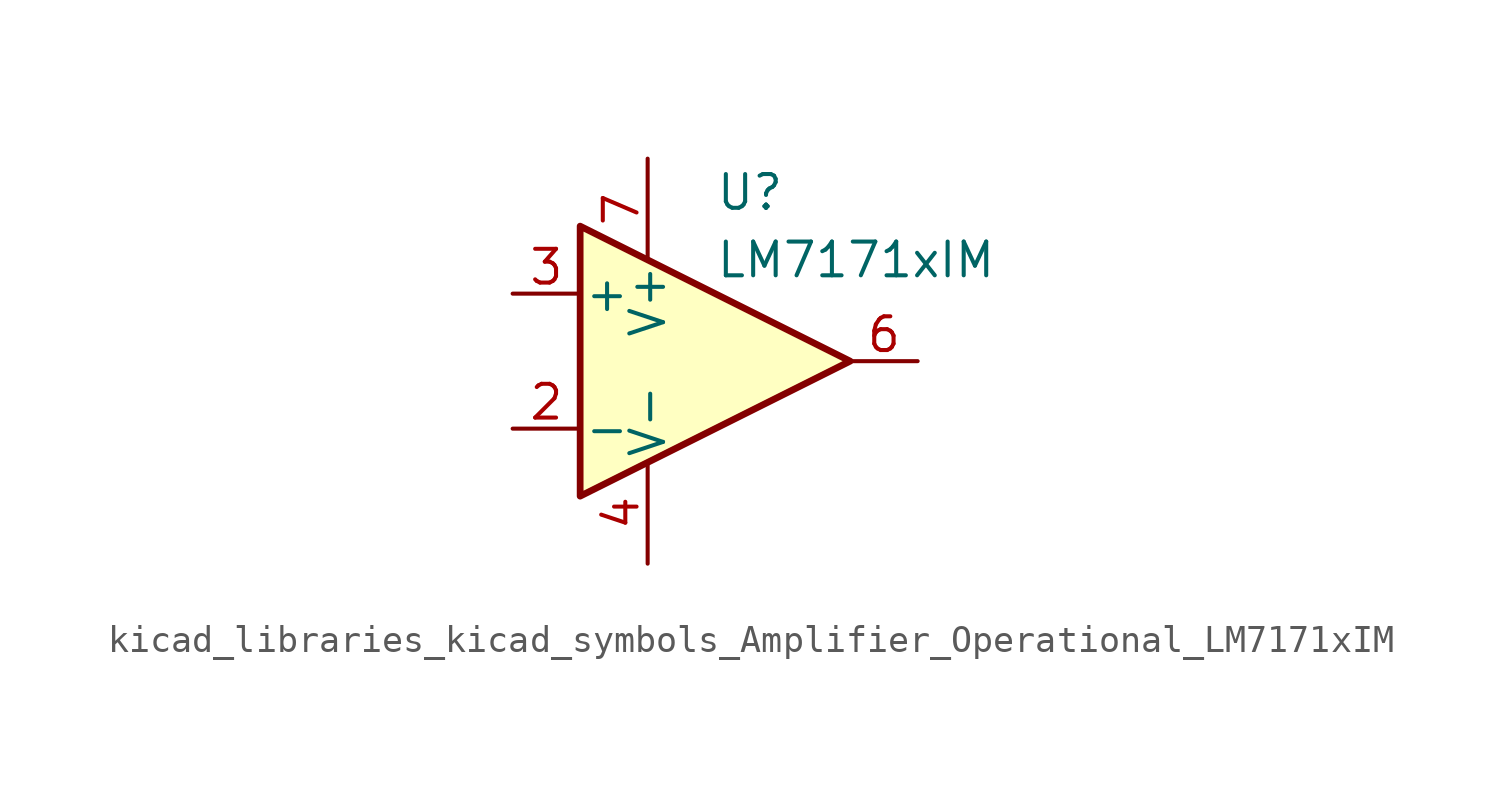
<source format=kicad_sym>
(kicad_symbol_lib
  (version 20220914)
  (generator kicad_symbol_editor)
  (symbol "kicad_libraries_kicad_symbols_Amplifier_Operational_LM7171xIM"
    (pin_names
      (offset 0.127))
    (property "Reference" "U"
      (at 0 6.35 0)
      (effects (font (size 1.27 1.27)) (justify left)))
    (property "Value" "LM7171xIM"
      (at 0 3.81 0)
      (effects (font (size 1.27 1.27)) (justify left)))
    (symbol "kicad_libraries_kicad_symbols_Amplifier_Operational_LM7171xIM_1_1"
      (polyline (pts (xy -5.08 5.08) (xy 5.08 0) (xy -5.08 -5.08) (xy -5.08 5.08)) (stroke (width 0.254) (type default)) (fill (type background)))
      (pin no_connect line (at 0 2.54 270) (length 5.08) hide (name "NC" (effects (font (size 1.27 1.27)))) (number "1" (effects (font (size 1.27 1.27)))))
      (pin input line (at -7.62 -2.54 0) (length 2.54) (name "-" (effects (font (size 1.27 1.27)))) (number "2" (effects (font (size 1.27 1.27)))))
      (pin input line (at -7.62 2.54 0) (length 2.54) (name "+" (effects (font (size 1.27 1.27)))) (number "3" (effects (font (size 1.27 1.27)))))
      (pin power_in line (at -2.54 -7.62 90) (length 3.81) (name "V-" (effects (font (size 1.27 1.27)))) (number "4" (effects (font (size 1.27 1.27)))))
      (pin no_connect line (at 0 -2.54 90) (length 5.08) hide (name "NC" (effects (font (size 1.27 1.27)))) (number "5" (effects (font (size 1.27 1.27)))))
      (pin output line (at 7.62 0 180) (length 2.54) (name "~" (effects (font (size 1.27 1.27)))) (number "6" (effects (font (size 1.27 1.27)))))
      (pin power_in line (at -2.54 7.62 270) (length 3.81) (name "V+" (effects (font (size 1.27 1.27)))) (number "7" (effects (font (size 1.27 1.27)))))
      (pin no_connect line (at 2.54 -1.27 90) (length 6.35) hide (name "NC" (effects (font (size 1.27 1.27)))) (number "8" (effects (font (size 1.27 1.27))))))))
</source>
